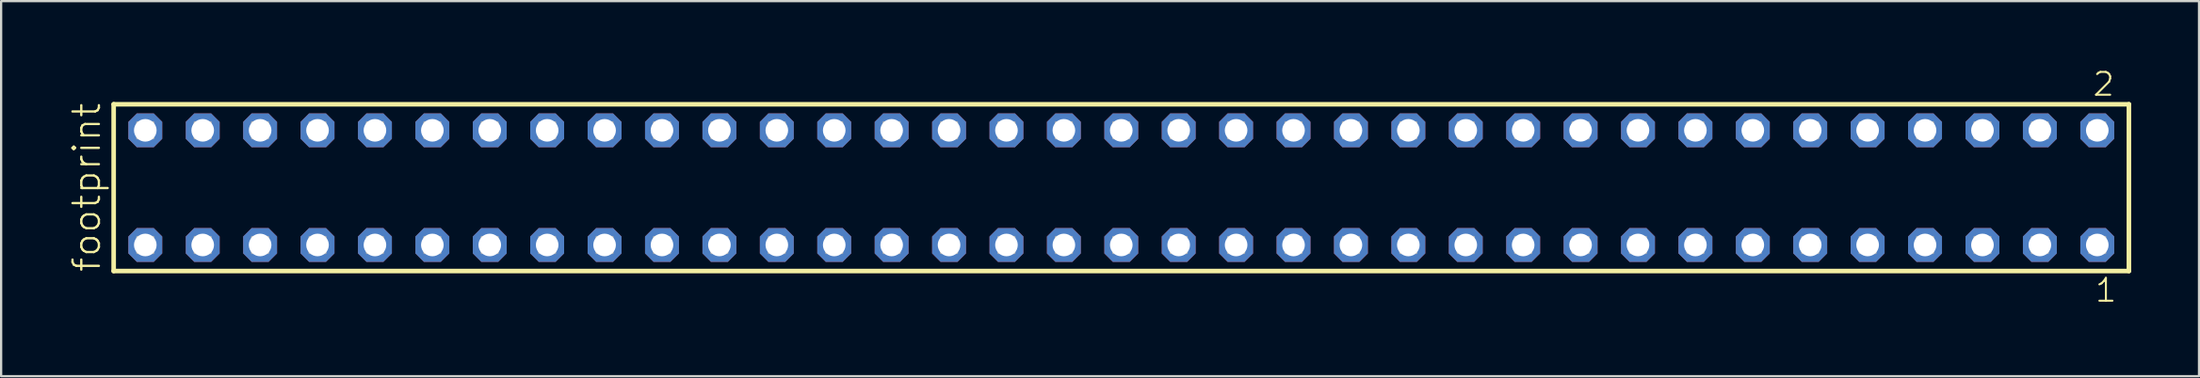
<source format=kicad_pcb>
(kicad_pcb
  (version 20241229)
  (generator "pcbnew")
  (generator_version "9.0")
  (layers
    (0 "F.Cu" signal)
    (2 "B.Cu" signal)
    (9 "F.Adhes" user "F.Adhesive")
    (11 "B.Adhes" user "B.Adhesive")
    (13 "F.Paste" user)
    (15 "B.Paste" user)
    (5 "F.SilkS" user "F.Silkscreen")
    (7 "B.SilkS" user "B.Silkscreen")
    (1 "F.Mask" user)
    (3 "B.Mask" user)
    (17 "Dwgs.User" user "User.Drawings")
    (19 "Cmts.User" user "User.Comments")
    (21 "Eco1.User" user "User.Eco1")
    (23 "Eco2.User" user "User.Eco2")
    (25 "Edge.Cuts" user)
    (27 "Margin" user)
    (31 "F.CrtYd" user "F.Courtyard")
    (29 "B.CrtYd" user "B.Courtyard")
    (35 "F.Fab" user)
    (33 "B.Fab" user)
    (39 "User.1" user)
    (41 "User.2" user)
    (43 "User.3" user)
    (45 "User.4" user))
  (footprint "footprint"
    (layer "F.Cu")
    (at 46.558 5.265)
    (property "Reference" "footprint" (at -45.085 3.81 90) (layer "F.SilkS") (effects (font (size 1.168 1.168) (thickness 0.102)) (justify left bottom)))
    (fp_line (start -44.579 -3.695) (end 44.579 -3.695) (stroke (width 0.203) (type solid)) (layer "F.SilkS"))
    (fp_line (start -44.579 3.695) (end -44.579 -3.695) (stroke (width 0.203) (type solid)) (layer "F.SilkS"))
    (fp_line (start 44.579 -3.695) (end 44.579 3.695) (stroke (width 0.203) (type solid)) (layer "F.SilkS"))
    (fp_line (start 44.579 3.695) (end -44.579 3.695) (stroke (width 0.203) (type solid)) (layer "F.SilkS"))
    (fp_poly (pts (xy -43.53 -2.19) (xy -42.83 -2.19) (xy -42.83 -2.89) (xy -43.53 -2.89)) (stroke (width 0.1) (type solid)) (fill no) (layer "F.Fab"))
    (fp_poly (pts (xy -43.53 2.89) (xy -42.83 2.89) (xy -42.83 2.19) (xy -43.53 2.19)) (stroke (width 0.1) (type solid)) (fill no) (layer "F.Fab"))
    (fp_poly (pts (xy -40.99 -2.19) (xy -40.29 -2.19) (xy -40.29 -2.89) (xy -40.99 -2.89)) (stroke (width 0.1) (type solid)) (fill no) (layer "F.Fab"))
    (fp_poly (pts (xy -40.99 2.89) (xy -40.29 2.89) (xy -40.29 2.19) (xy -40.99 2.19)) (stroke (width 0.1) (type solid)) (fill no) (layer "F.Fab"))
    (fp_poly (pts (xy -38.45 -2.19) (xy -37.75 -2.19) (xy -37.75 -2.89) (xy -38.45 -2.89)) (stroke (width 0.1) (type solid)) (fill no) (layer "F.Fab"))
    (fp_poly (pts (xy -38.45 2.89) (xy -37.75 2.89) (xy -37.75 2.19) (xy -38.45 2.19)) (stroke (width 0.1) (type solid)) (fill no) (layer "F.Fab"))
    (fp_poly (pts (xy -35.91 -2.19) (xy -35.21 -2.19) (xy -35.21 -2.89) (xy -35.91 -2.89)) (stroke (width 0.1) (type solid)) (fill no) (layer "F.Fab"))
    (fp_poly (pts (xy -35.91 2.89) (xy -35.21 2.89) (xy -35.21 2.19) (xy -35.91 2.19)) (stroke (width 0.1) (type solid)) (fill no) (layer "F.Fab"))
    (fp_poly (pts (xy -33.37 -2.19) (xy -32.67 -2.19) (xy -32.67 -2.89) (xy -33.37 -2.89)) (stroke (width 0.1) (type solid)) (fill no) (layer "F.Fab"))
    (fp_poly (pts (xy -33.37 2.89) (xy -32.67 2.89) (xy -32.67 2.19) (xy -33.37 2.19)) (stroke (width 0.1) (type solid)) (fill no) (layer "F.Fab"))
    (fp_poly (pts (xy -30.83 -2.19) (xy -30.13 -2.19) (xy -30.13 -2.89) (xy -30.83 -2.89)) (stroke (width 0.1) (type solid)) (fill no) (layer "F.Fab"))
    (fp_poly (pts (xy -30.83 2.89) (xy -30.13 2.89) (xy -30.13 2.19) (xy -30.83 2.19)) (stroke (width 0.1) (type solid)) (fill no) (layer "F.Fab"))
    (fp_poly (pts (xy -28.29 -2.19) (xy -27.59 -2.19) (xy -27.59 -2.89) (xy -28.29 -2.89)) (stroke (width 0.1) (type solid)) (fill no) (layer "F.Fab"))
    (fp_poly (pts (xy -28.29 2.89) (xy -27.59 2.89) (xy -27.59 2.19) (xy -28.29 2.19)) (stroke (width 0.1) (type solid)) (fill no) (layer "F.Fab"))
    (fp_poly (pts (xy -25.75 -2.19) (xy -25.05 -2.19) (xy -25.05 -2.89) (xy -25.75 -2.89)) (stroke (width 0.1) (type solid)) (fill no) (layer "F.Fab"))
    (fp_poly (pts (xy -25.75 2.89) (xy -25.05 2.89) (xy -25.05 2.19) (xy -25.75 2.19)) (stroke (width 0.1) (type solid)) (fill no) (layer "F.Fab"))
    (fp_poly (pts (xy -23.21 -2.19) (xy -22.51 -2.19) (xy -22.51 -2.89) (xy -23.21 -2.89)) (stroke (width 0.1) (type solid)) (fill no) (layer "F.Fab"))
    (fp_poly (pts (xy -23.21 2.89) (xy -22.51 2.89) (xy -22.51 2.19) (xy -23.21 2.19)) (stroke (width 0.1) (type solid)) (fill no) (layer "F.Fab"))
    (fp_poly (pts (xy -20.67 -2.19) (xy -19.97 -2.19) (xy -19.97 -2.89) (xy -20.67 -2.89)) (stroke (width 0.1) (type solid)) (fill no) (layer "F.Fab"))
    (fp_poly (pts (xy -20.67 2.89) (xy -19.97 2.89) (xy -19.97 2.19) (xy -20.67 2.19)) (stroke (width 0.1) (type solid)) (fill no) (layer "F.Fab"))
    (fp_poly (pts (xy -18.13 -2.19) (xy -17.43 -2.19) (xy -17.43 -2.89) (xy -18.13 -2.89)) (stroke (width 0.1) (type solid)) (fill no) (layer "F.Fab"))
    (fp_poly (pts (xy -18.13 2.89) (xy -17.43 2.89) (xy -17.43 2.19) (xy -18.13 2.19)) (stroke (width 0.1) (type solid)) (fill no) (layer "F.Fab"))
    (fp_poly (pts (xy -15.59 -2.19) (xy -14.89 -2.19) (xy -14.89 -2.89) (xy -15.59 -2.89)) (stroke (width 0.1) (type solid)) (fill no) (layer "F.Fab"))
    (fp_poly (pts (xy -15.59 2.89) (xy -14.89 2.89) (xy -14.89 2.19) (xy -15.59 2.19)) (stroke (width 0.1) (type solid)) (fill no) (layer "F.Fab"))
    (fp_poly (pts (xy -13.05 -2.19) (xy -12.35 -2.19) (xy -12.35 -2.89) (xy -13.05 -2.89)) (stroke (width 0.1) (type solid)) (fill no) (layer "F.Fab"))
    (fp_poly (pts (xy -13.05 2.89) (xy -12.35 2.89) (xy -12.35 2.19) (xy -13.05 2.19)) (stroke (width 0.1) (type solid)) (fill no) (layer "F.Fab"))
    (fp_poly (pts (xy -10.51 -2.19) (xy -9.81 -2.19) (xy -9.81 -2.89) (xy -10.51 -2.89)) (stroke (width 0.1) (type solid)) (fill no) (layer "F.Fab"))
    (fp_poly (pts (xy -10.51 2.89) (xy -9.81 2.89) (xy -9.81 2.19) (xy -10.51 2.19)) (stroke (width 0.1) (type solid)) (fill no) (layer "F.Fab"))
    (fp_poly (pts (xy -7.97 -2.19) (xy -7.27 -2.19) (xy -7.27 -2.89) (xy -7.97 -2.89)) (stroke (width 0.1) (type solid)) (fill no) (layer "F.Fab"))
    (fp_poly (pts (xy -7.97 2.89) (xy -7.27 2.89) (xy -7.27 2.19) (xy -7.97 2.19)) (stroke (width 0.1) (type solid)) (fill no) (layer "F.Fab"))
    (fp_poly (pts (xy -5.43 -2.19) (xy -4.73 -2.19) (xy -4.73 -2.89) (xy -5.43 -2.89)) (stroke (width 0.1) (type solid)) (fill no) (layer "F.Fab"))
    (fp_poly (pts (xy -5.43 2.89) (xy -4.73 2.89) (xy -4.73 2.19) (xy -5.43 2.19)) (stroke (width 0.1) (type solid)) (fill no) (layer "F.Fab"))
    (fp_poly (pts (xy -2.89 -2.19) (xy -2.19 -2.19) (xy -2.19 -2.89) (xy -2.89 -2.89)) (stroke (width 0.1) (type solid)) (fill no) (layer "F.Fab"))
    (fp_poly (pts (xy -2.89 2.89) (xy -2.19 2.89) (xy -2.19 2.19) (xy -2.89 2.19)) (stroke (width 0.1) (type solid)) (fill no) (layer "F.Fab"))
    (fp_poly (pts (xy -0.35 -2.19) (xy 0.35 -2.19) (xy 0.35 -2.89) (xy -0.35 -2.89)) (stroke (width 0.1) (type solid)) (fill no) (layer "F.Fab"))
    (fp_poly (pts (xy -0.35 2.89) (xy 0.35 2.89) (xy 0.35 2.19) (xy -0.35 2.19)) (stroke (width 0.1) (type solid)) (fill no) (layer "F.Fab"))
    (fp_poly (pts (xy 2.19 -2.19) (xy 2.89 -2.19) (xy 2.89 -2.89) (xy 2.19 -2.89)) (stroke (width 0.1) (type solid)) (fill no) (layer "F.Fab"))
    (fp_poly (pts (xy 2.19 2.89) (xy 2.89 2.89) (xy 2.89 2.19) (xy 2.19 2.19)) (stroke (width 0.1) (type solid)) (fill no) (layer "F.Fab"))
    (fp_poly (pts (xy 4.73 -2.19) (xy 5.43 -2.19) (xy 5.43 -2.89) (xy 4.73 -2.89)) (stroke (width 0.1) (type solid)) (fill no) (layer "F.Fab"))
    (fp_poly (pts (xy 4.73 2.89) (xy 5.43 2.89) (xy 5.43 2.19) (xy 4.73 2.19)) (stroke (width 0.1) (type solid)) (fill no) (layer "F.Fab"))
    (fp_poly (pts (xy 7.27 -2.19) (xy 7.97 -2.19) (xy 7.97 -2.89) (xy 7.27 -2.89)) (stroke (width 0.1) (type solid)) (fill no) (layer "F.Fab"))
    (fp_poly (pts (xy 7.27 2.89) (xy 7.97 2.89) (xy 7.97 2.19) (xy 7.27 2.19)) (stroke (width 0.1) (type solid)) (fill no) (layer "F.Fab"))
    (fp_poly (pts (xy 9.81 -2.19) (xy 10.51 -2.19) (xy 10.51 -2.89) (xy 9.81 -2.89)) (stroke (width 0.1) (type solid)) (fill no) (layer "F.Fab"))
    (fp_poly (pts (xy 9.81 2.89) (xy 10.51 2.89) (xy 10.51 2.19) (xy 9.81 2.19)) (stroke (width 0.1) (type solid)) (fill no) (layer "F.Fab"))
    (fp_poly (pts (xy 12.35 -2.19) (xy 13.05 -2.19) (xy 13.05 -2.89) (xy 12.35 -2.89)) (stroke (width 0.1) (type solid)) (fill no) (layer "F.Fab"))
    (fp_poly (pts (xy 12.35 2.89) (xy 13.05 2.89) (xy 13.05 2.19) (xy 12.35 2.19)) (stroke (width 0.1) (type solid)) (fill no) (layer "F.Fab"))
    (fp_poly (pts (xy 14.89 -2.19) (xy 15.59 -2.19) (xy 15.59 -2.89) (xy 14.89 -2.89)) (stroke (width 0.1) (type solid)) (fill no) (layer "F.Fab"))
    (fp_poly (pts (xy 14.89 2.89) (xy 15.59 2.89) (xy 15.59 2.19) (xy 14.89 2.19)) (stroke (width 0.1) (type solid)) (fill no) (layer "F.Fab"))
    (fp_poly (pts (xy 17.43 -2.19) (xy 18.13 -2.19) (xy 18.13 -2.89) (xy 17.43 -2.89)) (stroke (width 0.1) (type solid)) (fill no) (layer "F.Fab"))
    (fp_poly (pts (xy 17.43 2.89) (xy 18.13 2.89) (xy 18.13 2.19) (xy 17.43 2.19)) (stroke (width 0.1) (type solid)) (fill no) (layer "F.Fab"))
    (fp_poly (pts (xy 19.97 -2.19) (xy 20.67 -2.19) (xy 20.67 -2.89) (xy 19.97 -2.89)) (stroke (width 0.1) (type solid)) (fill no) (layer "F.Fab"))
    (fp_poly (pts (xy 19.97 2.89) (xy 20.67 2.89) (xy 20.67 2.19) (xy 19.97 2.19)) (stroke (width 0.1) (type solid)) (fill no) (layer "F.Fab"))
    (fp_poly (pts (xy 22.51 -2.19) (xy 23.21 -2.19) (xy 23.21 -2.89) (xy 22.51 -2.89)) (stroke (width 0.1) (type solid)) (fill no) (layer "F.Fab"))
    (fp_poly (pts (xy 22.51 2.89) (xy 23.21 2.89) (xy 23.21 2.19) (xy 22.51 2.19)) (stroke (width 0.1) (type solid)) (fill no) (layer "F.Fab"))
    (fp_poly (pts (xy 25.05 -2.19) (xy 25.75 -2.19) (xy 25.75 -2.89) (xy 25.05 -2.89)) (stroke (width 0.1) (type solid)) (fill no) (layer "F.Fab"))
    (fp_poly (pts (xy 25.05 2.89) (xy 25.75 2.89) (xy 25.75 2.19) (xy 25.05 2.19)) (stroke (width 0.1) (type solid)) (fill no) (layer "F.Fab"))
    (fp_poly (pts (xy 27.59 -2.19) (xy 28.29 -2.19) (xy 28.29 -2.89) (xy 27.59 -2.89)) (stroke (width 0.1) (type solid)) (fill no) (layer "F.Fab"))
    (fp_poly (pts (xy 27.59 2.89) (xy 28.29 2.89) (xy 28.29 2.19) (xy 27.59 2.19)) (stroke (width 0.1) (type solid)) (fill no) (layer "F.Fab"))
    (fp_poly (pts (xy 30.13 -2.19) (xy 30.83 -2.19) (xy 30.83 -2.89) (xy 30.13 -2.89)) (stroke (width 0.1) (type solid)) (fill no) (layer "F.Fab"))
    (fp_poly (pts (xy 30.13 2.89) (xy 30.83 2.89) (xy 30.83 2.19) (xy 30.13 2.19)) (stroke (width 0.1) (type solid)) (fill no) (layer "F.Fab"))
    (fp_poly (pts (xy 32.67 -2.19) (xy 33.37 -2.19) (xy 33.37 -2.89) (xy 32.67 -2.89)) (stroke (width 0.1) (type solid)) (fill no) (layer "F.Fab"))
    (fp_poly (pts (xy 32.67 2.89) (xy 33.37 2.89) (xy 33.37 2.19) (xy 32.67 2.19)) (stroke (width 0.1) (type solid)) (fill no) (layer "F.Fab"))
    (fp_poly (pts (xy 35.21 -2.19) (xy 35.91 -2.19) (xy 35.91 -2.89) (xy 35.21 -2.89)) (stroke (width 0.1) (type solid)) (fill no) (layer "F.Fab"))
    (fp_poly (pts (xy 35.21 2.89) (xy 35.91 2.89) (xy 35.91 2.19) (xy 35.21 2.19)) (stroke (width 0.1) (type solid)) (fill no) (layer "F.Fab"))
    (fp_poly (pts (xy 37.75 -2.19) (xy 38.45 -2.19) (xy 38.45 -2.89) (xy 37.75 -2.89)) (stroke (width 0.1) (type solid)) (fill no) (layer "F.Fab"))
    (fp_poly (pts (xy 37.75 2.89) (xy 38.45 2.89) (xy 38.45 2.19) (xy 37.75 2.19)) (stroke (width 0.1) (type solid)) (fill no) (layer "F.Fab"))
    (fp_poly (pts (xy 40.29 -2.19) (xy 40.99 -2.19) (xy 40.99 -2.89) (xy 40.29 -2.89)) (stroke (width 0.1) (type solid)) (fill no) (layer "F.Fab"))
    (fp_poly (pts (xy 40.29 2.89) (xy 40.99 2.89) (xy 40.99 2.19) (xy 40.29 2.19)) (stroke (width 0.1) (type solid)) (fill no) (layer "F.Fab"))
    (fp_poly (pts (xy 42.83 -2.19) (xy 43.53 -2.19) (xy 43.53 -2.89) (xy 42.83 -2.89)) (stroke (width 0.1) (type solid)) (fill no) (layer "F.Fab"))
    (fp_poly (pts (xy 42.83 2.89) (xy 43.53 2.89) (xy 43.53 2.19) (xy 42.83 2.19)) (stroke (width 0.1) (type solid)) (fill no) (layer "F.Fab"))
    (fp_text user "1" (at 43.022 5.138 0) (layer "F.SilkS") (effects (font (size 1.012 1.012) (thickness 0.088)) (justify left bottom)))
    (fp_text user "2" (at 42.922 -3.989 0) (layer "F.SilkS") (effects (font (size 1.012 1.012) (thickness 0.088)) (justify left bottom)))
    (pad "1" thru_hole roundrect (at 43.18 2.54 180) (size 1.5 1.5) (drill 1) (layers "*.Cu" "*.Mask") (roundrect_rratio 0.25) (chamfer_ratio 0.25) (chamfer top_left top_right bottom_left bottom_right))
    (pad "2" thru_hole roundrect (at 43.18 -2.54 180) (size 1.5 1.5) (drill 1) (layers "*.Cu" "*.Mask") (roundrect_rratio 0.25) (chamfer_ratio 0.25) (chamfer top_left top_right bottom_left bottom_right))
    (pad "3" thru_hole roundrect (at 40.64 2.54 180) (size 1.5 1.5) (drill 1) (layers "*.Cu" "*.Mask") (roundrect_rratio 0.25) (chamfer_ratio 0.25) (chamfer top_left top_right bottom_left bottom_right))
    (pad "4" thru_hole roundrect (at 40.64 -2.54 180) (size 1.5 1.5) (drill 1) (layers "*.Cu" "*.Mask") (roundrect_rratio 0.25) (chamfer_ratio 0.25) (chamfer top_left top_right bottom_left bottom_right))
    (pad "5" thru_hole roundrect (at 38.1 2.54 180) (size 1.5 1.5) (drill 1) (layers "*.Cu" "*.Mask") (roundrect_rratio 0.25) (chamfer_ratio 0.25) (chamfer top_left top_right bottom_left bottom_right))
    (pad "6" thru_hole roundrect (at 38.1 -2.54 180) (size 1.5 1.5) (drill 1) (layers "*.Cu" "*.Mask") (roundrect_rratio 0.25) (chamfer_ratio 0.25) (chamfer top_left top_right bottom_left bottom_right))
    (pad "7" thru_hole roundrect (at 35.56 2.54 180) (size 1.5 1.5) (drill 1) (layers "*.Cu" "*.Mask") (roundrect_rratio 0.25) (chamfer_ratio 0.25) (chamfer top_left top_right bottom_left bottom_right))
    (pad "8" thru_hole roundrect (at 35.56 -2.54 180) (size 1.5 1.5) (drill 1) (layers "*.Cu" "*.Mask") (roundrect_rratio 0.25) (chamfer_ratio 0.25) (chamfer top_left top_right bottom_left bottom_right))
    (pad "9" thru_hole roundrect (at 33.02 2.54 180) (size 1.5 1.5) (drill 1) (layers "*.Cu" "*.Mask") (roundrect_rratio 0.25) (chamfer_ratio 0.25) (chamfer top_left top_right bottom_left bottom_right))
    (pad "10" thru_hole roundrect (at 33.02 -2.54 180) (size 1.5 1.5) (drill 1) (layers "*.Cu" "*.Mask") (roundrect_rratio 0.25) (chamfer_ratio 0.25) (chamfer top_left top_right bottom_left bottom_right))
    (pad "11" thru_hole roundrect (at 30.48 2.54 180) (size 1.5 1.5) (drill 1) (layers "*.Cu" "*.Mask") (roundrect_rratio 0.25) (chamfer_ratio 0.25) (chamfer top_left top_right bottom_left bottom_right))
    (pad "12" thru_hole roundrect (at 30.48 -2.54 180) (size 1.5 1.5) (drill 1) (layers "*.Cu" "*.Mask") (roundrect_rratio 0.25) (chamfer_ratio 0.25) (chamfer top_left top_right bottom_left bottom_right))
    (pad "13" thru_hole roundrect (at 27.94 2.54 180) (size 1.5 1.5) (drill 1) (layers "*.Cu" "*.Mask") (roundrect_rratio 0.25) (chamfer_ratio 0.25) (chamfer top_left top_right bottom_left bottom_right))
    (pad "14" thru_hole roundrect (at 27.94 -2.54 180) (size 1.5 1.5) (drill 1) (layers "*.Cu" "*.Mask") (roundrect_rratio 0.25) (chamfer_ratio 0.25) (chamfer top_left top_right bottom_left bottom_right))
    (pad "15" thru_hole roundrect (at 25.4 2.54 180) (size 1.5 1.5) (drill 1) (layers "*.Cu" "*.Mask") (roundrect_rratio 0.25) (chamfer_ratio 0.25) (chamfer top_left top_right bottom_left bottom_right))
    (pad "16" thru_hole roundrect (at 25.4 -2.54 180) (size 1.5 1.5) (drill 1) (layers "*.Cu" "*.Mask") (roundrect_rratio 0.25) (chamfer_ratio 0.25) (chamfer top_left top_right bottom_left bottom_right))
    (pad "17" thru_hole roundrect (at 22.86 2.54 180) (size 1.5 1.5) (drill 1) (layers "*.Cu" "*.Mask") (roundrect_rratio 0.25) (chamfer_ratio 0.25) (chamfer top_left top_right bottom_left bottom_right))
    (pad "18" thru_hole roundrect (at 22.86 -2.54 180) (size 1.5 1.5) (drill 1) (layers "*.Cu" "*.Mask") (roundrect_rratio 0.25) (chamfer_ratio 0.25) (chamfer top_left top_right bottom_left bottom_right))
    (pad "19" thru_hole roundrect (at 20.32 2.54 180) (size 1.5 1.5) (drill 1) (layers "*.Cu" "*.Mask") (roundrect_rratio 0.25) (chamfer_ratio 0.25) (chamfer top_left top_right bottom_left bottom_right))
    (pad "20" thru_hole roundrect (at 20.32 -2.54 180) (size 1.5 1.5) (drill 1) (layers "*.Cu" "*.Mask") (roundrect_rratio 0.25) (chamfer_ratio 0.25) (chamfer top_left top_right bottom_left bottom_right))
    (pad "21" thru_hole roundrect (at 17.78 2.54 180) (size 1.5 1.5) (drill 1) (layers "*.Cu" "*.Mask") (roundrect_rratio 0.25) (chamfer_ratio 0.25) (chamfer top_left top_right bottom_left bottom_right))
    (pad "22" thru_hole roundrect (at 17.78 -2.54 180) (size 1.5 1.5) (drill 1) (layers "*.Cu" "*.Mask") (roundrect_rratio 0.25) (chamfer_ratio 0.25) (chamfer top_left top_right bottom_left bottom_right))
    (pad "23" thru_hole roundrect (at 15.24 2.54 180) (size 1.5 1.5) (drill 1) (layers "*.Cu" "*.Mask") (roundrect_rratio 0.25) (chamfer_ratio 0.25) (chamfer top_left top_right bottom_left bottom_right))
    (pad "24" thru_hole roundrect (at 15.24 -2.54 180) (size 1.5 1.5) (drill 1) (layers "*.Cu" "*.Mask") (roundrect_rratio 0.25) (chamfer_ratio 0.25) (chamfer top_left top_right bottom_left bottom_right))
    (pad "25" thru_hole roundrect (at 12.7 2.54 180) (size 1.5 1.5) (drill 1) (layers "*.Cu" "*.Mask") (roundrect_rratio 0.25) (chamfer_ratio 0.25) (chamfer top_left top_right bottom_left bottom_right))
    (pad "26" thru_hole roundrect (at 12.7 -2.54 180) (size 1.5 1.5) (drill 1) (layers "*.Cu" "*.Mask") (roundrect_rratio 0.25) (chamfer_ratio 0.25) (chamfer top_left top_right bottom_left bottom_right))
    (pad "27" thru_hole roundrect (at 10.16 2.54 180) (size 1.5 1.5) (drill 1) (layers "*.Cu" "*.Mask") (roundrect_rratio 0.25) (chamfer_ratio 0.25) (chamfer top_left top_right bottom_left bottom_right))
    (pad "28" thru_hole roundrect (at 10.16 -2.54 180) (size 1.5 1.5) (drill 1) (layers "*.Cu" "*.Mask") (roundrect_rratio 0.25) (chamfer_ratio 0.25) (chamfer top_left top_right bottom_left bottom_right))
    (pad "29" thru_hole roundrect (at 7.62 2.54 180) (size 1.5 1.5) (drill 1) (layers "*.Cu" "*.Mask") (roundrect_rratio 0.25) (chamfer_ratio 0.25) (chamfer top_left top_right bottom_left bottom_right))
    (pad "30" thru_hole roundrect (at 7.62 -2.54 180) (size 1.5 1.5) (drill 1) (layers "*.Cu" "*.Mask") (roundrect_rratio 0.25) (chamfer_ratio 0.25) (chamfer top_left top_right bottom_left bottom_right))
    (pad "31" thru_hole roundrect (at 5.08 2.54 180) (size 1.5 1.5) (drill 1) (layers "*.Cu" "*.Mask") (roundrect_rratio 0.25) (chamfer_ratio 0.25) (chamfer top_left top_right bottom_left bottom_right))
    (pad "32" thru_hole roundrect (at 5.08 -2.54 180) (size 1.5 1.5) (drill 1) (layers "*.Cu" "*.Mask") (roundrect_rratio 0.25) (chamfer_ratio 0.25) (chamfer top_left top_right bottom_left bottom_right))
    (pad "33" thru_hole roundrect (at 2.54 2.54 180) (size 1.5 1.5) (drill 1) (layers "*.Cu" "*.Mask") (roundrect_rratio 0.25) (chamfer_ratio 0.25) (chamfer top_left top_right bottom_left bottom_right))
    (pad "34" thru_hole roundrect (at 2.54 -2.54 180) (size 1.5 1.5) (drill 1) (layers "*.Cu" "*.Mask") (roundrect_rratio 0.25) (chamfer_ratio 0.25) (chamfer top_left top_right bottom_left bottom_right))
    (pad "35" thru_hole roundrect (at 0 2.54 180) (size 1.5 1.5) (drill 1) (layers "*.Cu" "*.Mask") (roundrect_rratio 0.25) (chamfer_ratio 0.25) (chamfer top_left top_right bottom_left bottom_right))
    (pad "36" thru_hole roundrect (at 0 -2.54 180) (size 1.5 1.5) (drill 1) (layers "*.Cu" "*.Mask") (roundrect_rratio 0.25) (chamfer_ratio 0.25) (chamfer top_left top_right bottom_left bottom_right))
    (pad "37" thru_hole roundrect (at -2.54 2.54 180) (size 1.5 1.5) (drill 1) (layers "*.Cu" "*.Mask") (roundrect_rratio 0.25) (chamfer_ratio 0.25) (chamfer top_left top_right bottom_left bottom_right))
    (pad "38" thru_hole roundrect (at -2.54 -2.54 180) (size 1.5 1.5) (drill 1) (layers "*.Cu" "*.Mask") (roundrect_rratio 0.25) (chamfer_ratio 0.25) (chamfer top_left top_right bottom_left bottom_right))
    (pad "39" thru_hole roundrect (at -5.08 2.54 180) (size 1.5 1.5) (drill 1) (layers "*.Cu" "*.Mask") (roundrect_rratio 0.25) (chamfer_ratio 0.25) (chamfer top_left top_right bottom_left bottom_right))
    (pad "40" thru_hole roundrect (at -5.08 -2.54 180) (size 1.5 1.5) (drill 1) (layers "*.Cu" "*.Mask") (roundrect_rratio 0.25) (chamfer_ratio 0.25) (chamfer top_left top_right bottom_left bottom_right))
    (pad "41" thru_hole roundrect (at -7.62 2.54 180) (size 1.5 1.5) (drill 1) (layers "*.Cu" "*.Mask") (roundrect_rratio 0.25) (chamfer_ratio 0.25) (chamfer top_left top_right bottom_left bottom_right))
    (pad "42" thru_hole roundrect (at -7.62 -2.54 180) (size 1.5 1.5) (drill 1) (layers "*.Cu" "*.Mask") (roundrect_rratio 0.25) (chamfer_ratio 0.25) (chamfer top_left top_right bottom_left bottom_right))
    (pad "43" thru_hole roundrect (at -10.16 2.54 180) (size 1.5 1.5) (drill 1) (layers "*.Cu" "*.Mask") (roundrect_rratio 0.25) (chamfer_ratio 0.25) (chamfer top_left top_right bottom_left bottom_right))
    (pad "44" thru_hole roundrect (at -10.16 -2.54 180) (size 1.5 1.5) (drill 1) (layers "*.Cu" "*.Mask") (roundrect_rratio 0.25) (chamfer_ratio 0.25) (chamfer top_left top_right bottom_left bottom_right))
    (pad "45" thru_hole roundrect (at -12.7 2.54 180) (size 1.5 1.5) (drill 1) (layers "*.Cu" "*.Mask") (roundrect_rratio 0.25) (chamfer_ratio 0.25) (chamfer top_left top_right bottom_left bottom_right))
    (pad "46" thru_hole roundrect (at -12.7 -2.54 180) (size 1.5 1.5) (drill 1) (layers "*.Cu" "*.Mask") (roundrect_rratio 0.25) (chamfer_ratio 0.25) (chamfer top_left top_right bottom_left bottom_right))
    (pad "47" thru_hole roundrect (at -15.24 2.54 180) (size 1.5 1.5) (drill 1) (layers "*.Cu" "*.Mask") (roundrect_rratio 0.25) (chamfer_ratio 0.25) (chamfer top_left top_right bottom_left bottom_right))
    (pad "48" thru_hole roundrect (at -15.24 -2.54 180) (size 1.5 1.5) (drill 1) (layers "*.Cu" "*.Mask") (roundrect_rratio 0.25) (chamfer_ratio 0.25) (chamfer top_left top_right bottom_left bottom_right))
    (pad "49" thru_hole roundrect (at -17.78 2.54 180) (size 1.5 1.5) (drill 1) (layers "*.Cu" "*.Mask") (roundrect_rratio 0.25) (chamfer_ratio 0.25) (chamfer top_left top_right bottom_left bottom_right))
    (pad "50" thru_hole roundrect (at -17.78 -2.54 180) (size 1.5 1.5) (drill 1) (layers "*.Cu" "*.Mask") (roundrect_rratio 0.25) (chamfer_ratio 0.25) (chamfer top_left top_right bottom_left bottom_right))
    (pad "51" thru_hole roundrect (at -20.32 2.54 180) (size 1.5 1.5) (drill 1) (layers "*.Cu" "*.Mask") (roundrect_rratio 0.25) (chamfer_ratio 0.25) (chamfer top_left top_right bottom_left bottom_right))
    (pad "52" thru_hole roundrect (at -20.32 -2.54 180) (size 1.5 1.5) (drill 1) (layers "*.Cu" "*.Mask") (roundrect_rratio 0.25) (chamfer_ratio 0.25) (chamfer top_left top_right bottom_left bottom_right))
    (pad "53" thru_hole roundrect (at -22.86 2.54 180) (size 1.5 1.5) (drill 1) (layers "*.Cu" "*.Mask") (roundrect_rratio 0.25) (chamfer_ratio 0.25) (chamfer top_left top_right bottom_left bottom_right))
    (pad "54" thru_hole roundrect (at -22.86 -2.54 180) (size 1.5 1.5) (drill 1) (layers "*.Cu" "*.Mask") (roundrect_rratio 0.25) (chamfer_ratio 0.25) (chamfer top_left top_right bottom_left bottom_right))
    (pad "55" thru_hole roundrect (at -25.4 2.54 180) (size 1.5 1.5) (drill 1) (layers "*.Cu" "*.Mask") (roundrect_rratio 0.25) (chamfer_ratio 0.25) (chamfer top_left top_right bottom_left bottom_right))
    (pad "56" thru_hole roundrect (at -25.4 -2.54 180) (size 1.5 1.5) (drill 1) (layers "*.Cu" "*.Mask") (roundrect_rratio 0.25) (chamfer_ratio 0.25) (chamfer top_left top_right bottom_left bottom_right))
    (pad "57" thru_hole roundrect (at -27.94 2.54 180) (size 1.5 1.5) (drill 1) (layers "*.Cu" "*.Mask") (roundrect_rratio 0.25) (chamfer_ratio 0.25) (chamfer top_left top_right bottom_left bottom_right))
    (pad "58" thru_hole roundrect (at -27.94 -2.54 180) (size 1.5 1.5) (drill 1) (layers "*.Cu" "*.Mask") (roundrect_rratio 0.25) (chamfer_ratio 0.25) (chamfer top_left top_right bottom_left bottom_right))
    (pad "59" thru_hole roundrect (at -30.48 2.54 180) (size 1.5 1.5) (drill 1) (layers "*.Cu" "*.Mask") (roundrect_rratio 0.25) (chamfer_ratio 0.25) (chamfer top_left top_right bottom_left bottom_right))
    (pad "60" thru_hole roundrect (at -30.48 -2.54 180) (size 1.5 1.5) (drill 1) (layers "*.Cu" "*.Mask") (roundrect_rratio 0.25) (chamfer_ratio 0.25) (chamfer top_left top_right bottom_left bottom_right))
    (pad "61" thru_hole roundrect (at -33.02 2.54 180) (size 1.5 1.5) (drill 1) (layers "*.Cu" "*.Mask") (roundrect_rratio 0.25) (chamfer_ratio 0.25) (chamfer top_left top_right bottom_left bottom_right))
    (pad "62" thru_hole roundrect (at -33.02 -2.54 180) (size 1.5 1.5) (drill 1) (layers "*.Cu" "*.Mask") (roundrect_rratio 0.25) (chamfer_ratio 0.25) (chamfer top_left top_right bottom_left bottom_right))
    (pad "63" thru_hole roundrect (at -35.56 2.54 180) (size 1.5 1.5) (drill 1) (layers "*.Cu" "*.Mask") (roundrect_rratio 0.25) (chamfer_ratio 0.25) (chamfer top_left top_right bottom_left bottom_right))
    (pad "64" thru_hole roundrect (at -35.56 -2.54 180) (size 1.5 1.5) (drill 1) (layers "*.Cu" "*.Mask") (roundrect_rratio 0.25) (chamfer_ratio 0.25) (chamfer top_left top_right bottom_left bottom_right))
    (pad "65" thru_hole roundrect (at -38.1 2.54 180) (size 1.5 1.5) (drill 1) (layers "*.Cu" "*.Mask") (roundrect_rratio 0.25) (chamfer_ratio 0.25) (chamfer top_left top_right bottom_left bottom_right))
    (pad "66" thru_hole roundrect (at -38.1 -2.54 180) (size 1.5 1.5) (drill 1) (layers "*.Cu" "*.Mask") (roundrect_rratio 0.25) (chamfer_ratio 0.25) (chamfer top_left top_right bottom_left bottom_right))
    (pad "67" thru_hole roundrect (at -40.64 2.54 180) (size 1.5 1.5) (drill 1) (layers "*.Cu" "*.Mask") (roundrect_rratio 0.25) (chamfer_ratio 0.25) (chamfer top_left top_right bottom_left bottom_right))
    (pad "68" thru_hole roundrect (at -40.64 -2.54 180) (size 1.5 1.5) (drill 1) (layers "*.Cu" "*.Mask") (roundrect_rratio 0.25) (chamfer_ratio 0.25) (chamfer top_left top_right bottom_left bottom_right))
    (pad "69" thru_hole roundrect (at -43.18 2.54 180) (size 1.5 1.5) (drill 1) (layers "*.Cu" "*.Mask") (roundrect_rratio 0.25) (chamfer_ratio 0.25) (chamfer top_left top_right bottom_left bottom_right))
    (pad "70" thru_hole roundrect (at -43.18 -2.54 180) (size 1.5 1.5) (drill 1) (layers "*.Cu" "*.Mask") (roundrect_rratio 0.25) (chamfer_ratio 0.25) (chamfer top_left top_right bottom_left bottom_right)))
  (gr_rect
    (start -3 -3)
    (end 94.239 13.62)
    (stroke (width 0.1) (type default))
    (fill no)
    (layer "Edge.Cuts")))
</source>
